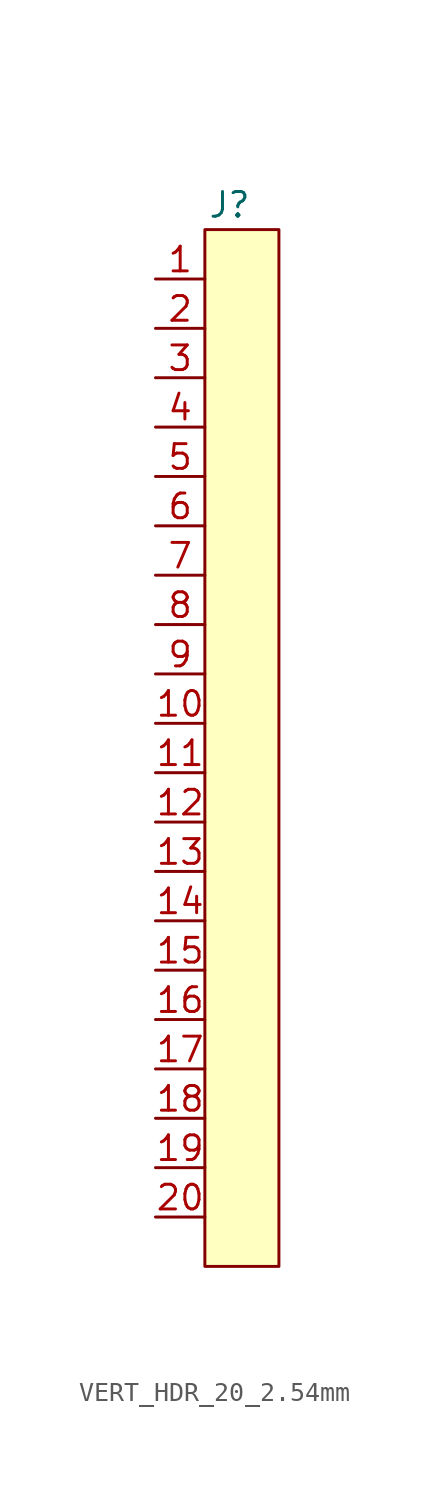
<source format=kicad_sym>
(kicad_symbol_lib
  (version 20231120)
  (generator "kicad_symbol_editor")
  (generator_version "8.0")
  (symbol "VERT_HDR_20_2.54mm"
    (property "Reference" "J"
      (at 1.27 3.81 0)
      (effects (font (size 1.27 1.27))))
    (symbol "VERT_HDR_20_2.54mm_1_1"
      (rectangle (start 0 2.54) (end 3.81 -50.8) (stroke (width 0) (type default)) (fill (type background)))
      (pin unspecified line (at -2.54 0 0) (length 2.54) (name "" (effects (font (size 1.27 1.27)))) (number "1" (effects (font (size 1.27 1.27)))))
      (pin unspecified line (at -2.54 -22.86 0) (length 2.54) (name "" (effects (font (size 1.27 1.27)))) (number "10" (effects (font (size 1.27 1.27)))))
      (pin unspecified line (at -2.54 -25.4 0) (length 2.54) (name "" (effects (font (size 1.27 1.27)))) (number "11" (effects (font (size 1.27 1.27)))))
      (pin unspecified line (at -2.54 -27.94 0) (length 2.54) (name "" (effects (font (size 1.27 1.27)))) (number "12" (effects (font (size 1.27 1.27)))))
      (pin unspecified line (at -2.54 -30.48 0) (length 2.54) (name "" (effects (font (size 1.27 1.27)))) (number "13" (effects (font (size 1.27 1.27)))))
      (pin unspecified line (at -2.54 -33.02 0) (length 2.54) (name "" (effects (font (size 1.27 1.27)))) (number "14" (effects (font (size 1.27 1.27)))))
      (pin unspecified line (at -2.54 -35.56 0) (length 2.54) (name "" (effects (font (size 1.27 1.27)))) (number "15" (effects (font (size 1.27 1.27)))))
      (pin unspecified line (at -2.54 -38.1 0) (length 2.54) (name "" (effects (font (size 1.27 1.27)))) (number "16" (effects (font (size 1.27 1.27)))))
      (pin unspecified line (at -2.54 -40.64 0) (length 2.54) (name "" (effects (font (size 1.27 1.27)))) (number "17" (effects (font (size 1.27 1.27)))))
      (pin unspecified line (at -2.54 -43.18 0) (length 2.54) (name "" (effects (font (size 1.27 1.27)))) (number "18" (effects (font (size 1.27 1.27)))))
      (pin unspecified line (at -2.54 -45.72 0) (length 2.54) (name "" (effects (font (size 1.27 1.27)))) (number "19" (effects (font (size 1.27 1.27)))))
      (pin unspecified line (at -2.54 -2.54 0) (length 2.54) (name "" (effects (font (size 1.27 1.27)))) (number "2" (effects (font (size 1.27 1.27)))))
      (pin unspecified line (at -2.54 -48.26 0) (length 2.54) (name "" (effects (font (size 1.27 1.27)))) (number "20" (effects (font (size 1.27 1.27)))))
      (pin unspecified line (at -2.54 -5.08 0) (length 2.54) (name "" (effects (font (size 1.27 1.27)))) (number "3" (effects (font (size 1.27 1.27)))))
      (pin unspecified line (at -2.54 -7.62 0) (length 2.54) (name "" (effects (font (size 1.27 1.27)))) (number "4" (effects (font (size 1.27 1.27)))))
      (pin unspecified line (at -2.54 -10.16 0) (length 2.54) (name "" (effects (font (size 1.27 1.27)))) (number "5" (effects (font (size 1.27 1.27)))))
      (pin unspecified line (at -2.54 -12.7 0) (length 2.54) (name "" (effects (font (size 1.27 1.27)))) (number "6" (effects (font (size 1.27 1.27)))))
      (pin unspecified line (at -2.54 -15.24 0) (length 2.54) (name "" (effects (font (size 1.27 1.27)))) (number "7" (effects (font (size 1.27 1.27)))))
      (pin unspecified line (at -2.54 -17.78 0) (length 2.54) (name "" (effects (font (size 1.27 1.27)))) (number "8" (effects (font (size 1.27 1.27)))))
      (pin unspecified line (at -2.54 -20.32 0) (length 2.54) (name "" (effects (font (size 1.27 1.27)))) (number "9" (effects (font (size 1.27 1.27))))))))
</source>
